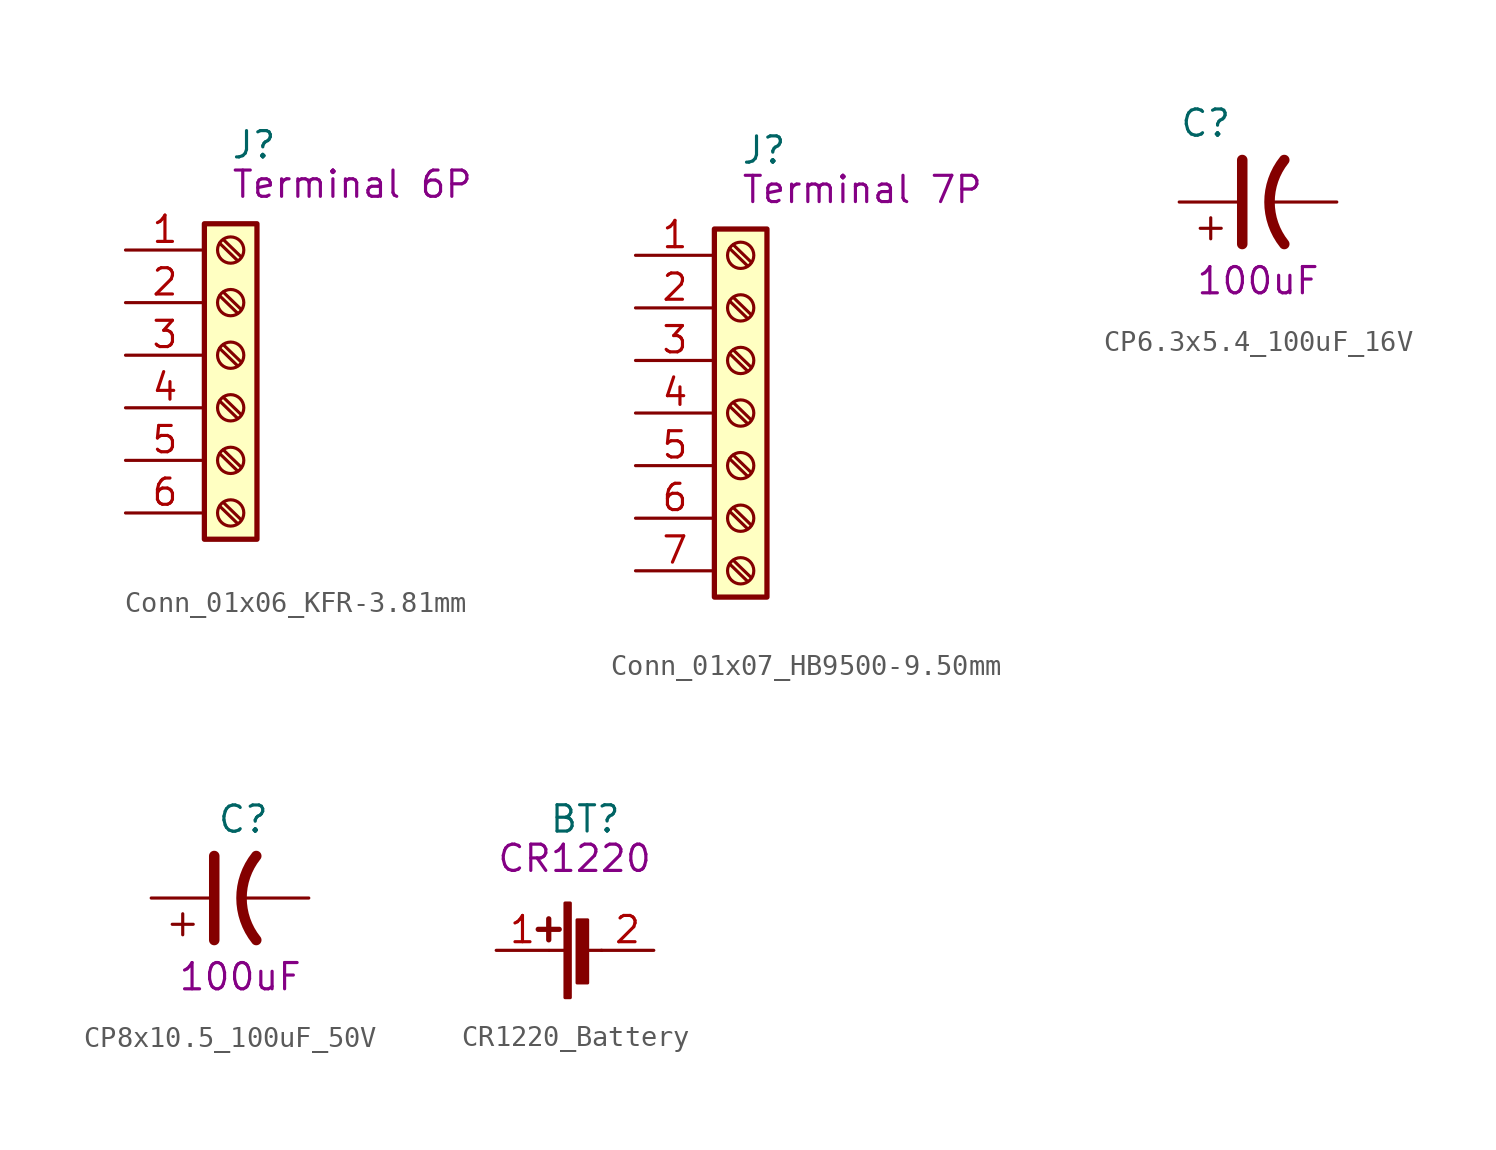
<source format=kicad_sym>
(kicad_symbol_lib
  (version 20211014)
  (generator kicad_symbol_editor)
  (symbol "Conn_01x06_KFR-3.81mm"
    (pin_names
      (offset 1.016))
    (property "Reference" "J"
      (at 0 11.43 0)
      (effects (font (size 1.27 1.27)) (justify left)))
    (property "Symbol" "Terminal 6P"
      (at 0 9.525 0)
      (effects (font (size 1.27 1.27)) (justify left)))
    (symbol "Conn_01x06_KFR-3.81mm_1_1"
      (rectangle (start -1.27 7.62) (end 1.27 -7.62) (stroke (width 0.254) (type default) (color 0 0 0 0)) (fill (type background)))
      (circle (center 0 -6.35) (radius 0.635) (stroke (width 0.152) (type default) (color 0 0 0 0)) (fill (type none)))
      (circle (center 0 -3.81) (radius 0.635) (stroke (width 0.152) (type default) (color 0 0 0 0)) (fill (type none)))
      (circle (center 0 -1.27) (radius 0.635) (stroke (width 0.152) (type default) (color 0 0 0 0)) (fill (type none)))
      (polyline (pts (xy -0.533 -6.02) (xy 0.33 -6.858)) (stroke (width 0.152) (type default) (color 0 0 0 0)) (fill (type none)))
      (polyline (pts (xy -0.533 -3.48) (xy 0.33 -4.318)) (stroke (width 0.152) (type default) (color 0 0 0 0)) (fill (type none)))
      (polyline (pts (xy -0.533 -0.94) (xy 0.33 -1.778)) (stroke (width 0.152) (type default) (color 0 0 0 0)) (fill (type none)))
      (polyline (pts (xy -0.533 1.6) (xy 0.33 0.762)) (stroke (width 0.152) (type default) (color 0 0 0 0)) (fill (type none)))
      (polyline (pts (xy -0.533 4.14) (xy 0.33 3.302)) (stroke (width 0.152) (type default) (color 0 0 0 0)) (fill (type none)))
      (polyline (pts (xy -0.533 6.68) (xy 0.33 5.842)) (stroke (width 0.152) (type default) (color 0 0 0 0)) (fill (type none)))
      (polyline (pts (xy -0.356 -5.842) (xy 0.508 -6.68)) (stroke (width 0.152) (type default) (color 0 0 0 0)) (fill (type none)))
      (polyline (pts (xy -0.356 -3.302) (xy 0.508 -4.14)) (stroke (width 0.152) (type default) (color 0 0 0 0)) (fill (type none)))
      (polyline (pts (xy -0.356 -0.762) (xy 0.508 -1.6)) (stroke (width 0.152) (type default) (color 0 0 0 0)) (fill (type none)))
      (polyline (pts (xy -0.356 1.778) (xy 0.508 0.94)) (stroke (width 0.152) (type default) (color 0 0 0 0)) (fill (type none)))
      (polyline (pts (xy -0.356 4.318) (xy 0.508 3.48)) (stroke (width 0.152) (type default) (color 0 0 0 0)) (fill (type none)))
      (polyline (pts (xy -0.356 6.858) (xy 0.508 6.02)) (stroke (width 0.152) (type default) (color 0 0 0 0)) (fill (type none)))
      (circle (center 0 1.27) (radius 0.635) (stroke (width 0.152) (type default) (color 0 0 0 0)) (fill (type none)))
      (circle (center 0 3.81) (radius 0.635) (stroke (width 0.152) (type default) (color 0 0 0 0)) (fill (type none)))
      (circle (center 0 6.35) (radius 0.635) (stroke (width 0.152) (type default) (color 0 0 0 0)) (fill (type none)))
      (pin passive line (at -5.08 6.35 0) (length 3.81) (name "~" (effects (font (size 1.27 1.27)))) (number "1" (effects (font (size 1.27 1.27)))))
      (pin passive line (at -5.08 3.81 0) (length 3.81) (name "~" (effects (font (size 1.27 1.27)))) (number "2" (effects (font (size 1.27 1.27)))))
      (pin passive line (at -5.08 1.27 0) (length 3.81) (name "~" (effects (font (size 1.27 1.27)))) (number "3" (effects (font (size 1.27 1.27)))))
      (pin passive line (at -5.08 -1.27 0) (length 3.81) (name "~" (effects (font (size 1.27 1.27)))) (number "4" (effects (font (size 1.27 1.27)))))
      (pin passive line (at -5.08 -3.81 0) (length 3.81) (name "~" (effects (font (size 1.27 1.27)))) (number "5" (effects (font (size 1.27 1.27)))))
      (pin passive line (at -5.08 -6.35 0) (length 3.81) (name "~" (effects (font (size 1.27 1.27)))) (number "6" (effects (font (size 1.27 1.27)))))))
  (symbol "Conn_01x07_HB9500-9.50mm"
    (pin_names
      (offset 1.016))
    (property "Reference" "J"
      (at 0 12.7 0)
      (effects (font (size 1.27 1.27)) (justify left)))
    (property "Symbol" "Terminal 7P"
      (at 0 10.795 0)
      (effects (font (size 1.27 1.27)) (justify left)))
    (symbol "Conn_01x07_HB9500-9.50mm_1_1"
      (rectangle (start -1.27 8.89) (end 1.27 -8.89) (stroke (width 0.254) (type default) (color 0 0 0 0)) (fill (type background)))
      (circle (center 0 -7.62) (radius 0.635) (stroke (width 0.152) (type default) (color 0 0 0 0)) (fill (type none)))
      (circle (center 0 -5.08) (radius 0.635) (stroke (width 0.152) (type default) (color 0 0 0 0)) (fill (type none)))
      (circle (center 0 -2.54) (radius 0.635) (stroke (width 0.152) (type default) (color 0 0 0 0)) (fill (type none)))
      (polyline (pts (xy -0.533 -7.29) (xy 0.33 -8.128)) (stroke (width 0.152) (type default) (color 0 0 0 0)) (fill (type none)))
      (polyline (pts (xy -0.533 -4.75) (xy 0.33 -5.588)) (stroke (width 0.152) (type default) (color 0 0 0 0)) (fill (type none)))
      (polyline (pts (xy -0.533 -2.21) (xy 0.33 -3.048)) (stroke (width 0.152) (type default) (color 0 0 0 0)) (fill (type none)))
      (polyline (pts (xy -0.533 0.33) (xy 0.33 -0.508)) (stroke (width 0.152) (type default) (color 0 0 0 0)) (fill (type none)))
      (polyline (pts (xy -0.533 2.87) (xy 0.33 2.032)) (stroke (width 0.152) (type default) (color 0 0 0 0)) (fill (type none)))
      (polyline (pts (xy -0.533 5.41) (xy 0.33 4.572)) (stroke (width 0.152) (type default) (color 0 0 0 0)) (fill (type none)))
      (polyline (pts (xy -0.533 7.95) (xy 0.33 7.112)) (stroke (width 0.152) (type default) (color 0 0 0 0)) (fill (type none)))
      (polyline (pts (xy -0.356 -7.112) (xy 0.508 -7.95)) (stroke (width 0.152) (type default) (color 0 0 0 0)) (fill (type none)))
      (polyline (pts (xy -0.356 -4.572) (xy 0.508 -5.41)) (stroke (width 0.152) (type default) (color 0 0 0 0)) (fill (type none)))
      (polyline (pts (xy -0.356 -2.032) (xy 0.508 -2.87)) (stroke (width 0.152) (type default) (color 0 0 0 0)) (fill (type none)))
      (polyline (pts (xy -0.356 0.508) (xy 0.508 -0.33)) (stroke (width 0.152) (type default) (color 0 0 0 0)) (fill (type none)))
      (polyline (pts (xy -0.356 3.048) (xy 0.508 2.21)) (stroke (width 0.152) (type default) (color 0 0 0 0)) (fill (type none)))
      (polyline (pts (xy -0.356 5.588) (xy 0.508 4.75)) (stroke (width 0.152) (type default) (color 0 0 0 0)) (fill (type none)))
      (polyline (pts (xy -0.356 8.128) (xy 0.508 7.29)) (stroke (width 0.152) (type default) (color 0 0 0 0)) (fill (type none)))
      (circle (center 0 0) (radius 0.635) (stroke (width 0.152) (type default) (color 0 0 0 0)) (fill (type none)))
      (circle (center 0 2.54) (radius 0.635) (stroke (width 0.152) (type default) (color 0 0 0 0)) (fill (type none)))
      (circle (center 0 5.08) (radius 0.635) (stroke (width 0.152) (type default) (color 0 0 0 0)) (fill (type none)))
      (circle (center 0 7.62) (radius 0.635) (stroke (width 0.152) (type default) (color 0 0 0 0)) (fill (type none)))
      (pin passive line (at -5.08 7.62 0) (length 3.81) (name "~" (effects (font (size 1.27 1.27)))) (number "1" (effects (font (size 1.27 1.27)))))
      (pin passive line (at -5.08 5.08 0) (length 3.81) (name "~" (effects (font (size 1.27 1.27)))) (number "2" (effects (font (size 1.27 1.27)))))
      (pin passive line (at -5.08 2.54 0) (length 3.81) (name "~" (effects (font (size 1.27 1.27)))) (number "3" (effects (font (size 1.27 1.27)))))
      (pin passive line (at -5.08 0 0) (length 3.81) (name "~" (effects (font (size 1.27 1.27)))) (number "4" (effects (font (size 1.27 1.27)))))
      (pin passive line (at -5.08 -2.54 0) (length 3.81) (name "~" (effects (font (size 1.27 1.27)))) (number "5" (effects (font (size 1.27 1.27)))))
      (pin passive line (at -5.08 -5.08 0) (length 3.81) (name "~" (effects (font (size 1.27 1.27)))) (number "6" (effects (font (size 1.27 1.27)))))
      (pin passive line (at -5.08 -7.62 0) (length 3.81) (name "~" (effects (font (size 1.27 1.27)))) (number "7" (effects (font (size 1.27 1.27)))))))
  (symbol "CP6.3x5.4_100uF_16V"
    (pin_numbers hide)
    (pin_names
      (offset 0.762) hide)
    (property "Reference" "C"
      (at -3.81 3.81 0)
      (effects (font (size 1.27 1.27)) (justify left)))
    (property "Symbol" "100uF"
      (at 0 -3.81 0)
      (effects (font (size 1.27 1.27))))
    (symbol "CP6.3x5.4_100uF_16V_1_1"
      (polyline (pts (xy -2.286 -1.778) (xy -2.286 -0.762)) (stroke (width 0) (type default) (color 0 0 0 0)) (fill (type none)))
      (polyline (pts (xy -1.778 -1.27) (xy -2.794 -1.27)) (stroke (width 0) (type default) (color 0 0 0 0)) (fill (type none)))
      (polyline (pts (xy -0.762 -2.032) (xy -0.762 2.032)) (stroke (width 0.508) (type default) (color 0 0 0 0)) (fill (type none)))
      (arc (start 1.27 2.032) (mid 0.5572 0) (end 1.27 -2.032) (stroke (width 0.508) (type default) (color 0 0 0 0)) (fill (type none)))
      (pin passive line (at -3.81 0 0) (length 2.794) (name "~" (effects (font (size 1.27 1.27)))) (number "1" (effects (font (size 1.27 1.27)))))
      (pin passive line (at 3.81 0 180) (length 3.302) (name "~" (effects (font (size 1.27 1.27)))) (number "2" (effects (font (size 1.27 1.27)))))))
  (symbol "CP8x10.5_100uF_50V"
    (pin_numbers hide)
    (pin_names
      (offset 0.762) hide)
    (property "Reference" "C"
      (at -0.635 3.81 0)
      (effects (font (size 1.27 1.27)) (justify left)))
    (property "Symbol" "100uF"
      (at -2.54 -3.81 0)
      (effects (font (size 1.27 1.27)) (justify left)))
    (symbol "CP8x10.5_100uF_50V_1_1"
      (polyline (pts (xy -2.286 -1.778) (xy -2.286 -0.762)) (stroke (width 0) (type default) (color 0 0 0 0)) (fill (type none)))
      (polyline (pts (xy -1.778 -1.27) (xy -2.794 -1.27)) (stroke (width 0) (type default) (color 0 0 0 0)) (fill (type none)))
      (polyline (pts (xy -0.762 -2.032) (xy -0.762 2.032)) (stroke (width 0.508) (type default) (color 0 0 0 0)) (fill (type none)))
      (arc (start 1.27 2.032) (mid 0.5572 0) (end 1.27 -2.032) (stroke (width 0.508) (type default) (color 0 0 0 0)) (fill (type none)))
      (pin passive line (at -3.81 0 0) (length 2.794) (name "~" (effects (font (size 1.27 1.27)))) (number "1" (effects (font (size 1.27 1.27)))))
      (pin passive line (at 3.81 0 180) (length 3.302) (name "~" (effects (font (size 1.27 1.27)))) (number "2" (effects (font (size 1.27 1.27)))))))
  (symbol "CR1220_Battery"
    (pin_names
      (offset 1.016))
    (property "Reference" "BT"
      (at -1.27 6.35 0)
      (effects (font (size 1.27 1.27)) (justify left)))
    (property "Symbol" "CR1220"
      (at -3.81 4.445 0)
      (effects (font (size 1.27 1.27)) (justify left)))
    (symbol "CR1220_Battery_0_1"
      (rectangle (start -0.483 -2.286) (end -0.229 2.286) (stroke (width 0) (type default) (color 0 0 0 0)) (fill (type outline)))
      (polyline (pts (xy -1.778 1.016) (xy -0.762 1.016)) (stroke (width 0.254) (type default) (color 0 0 0 0)) (fill (type none)))
      (polyline (pts (xy -1.27 0.508) (xy -1.27 1.524)) (stroke (width 0.254) (type default) (color 0 0 0 0)) (fill (type none)))
      (polyline (pts (xy -0.483 0) (xy -1.245 0)) (stroke (width 0) (type default) (color 0 0 0 0)) (fill (type none)))
      (polyline (pts (xy 0.533 0) (xy 1.295 0)) (stroke (width 0) (type default) (color 0 0 0 0)) (fill (type none)))
      (rectangle (start 0.102 -1.575) (end 0.61 1.473) (stroke (width 0) (type default) (color 0 0 0 0)) (fill (type outline))))
    (symbol "CR1220_Battery_1_1"
      (pin passive line (at -3.81 0 0) (length 2.54) (name "~" (effects (font (size 1.27 1.27)))) (number "1" (effects (font (size 1.27 1.27)))))
      (pin passive line (at 3.81 0 180) (length 2.54) (name "~" (effects (font (size 1.27 1.27)))) (number "2" (effects (font (size 1.27 1.27))))))))
</source>
